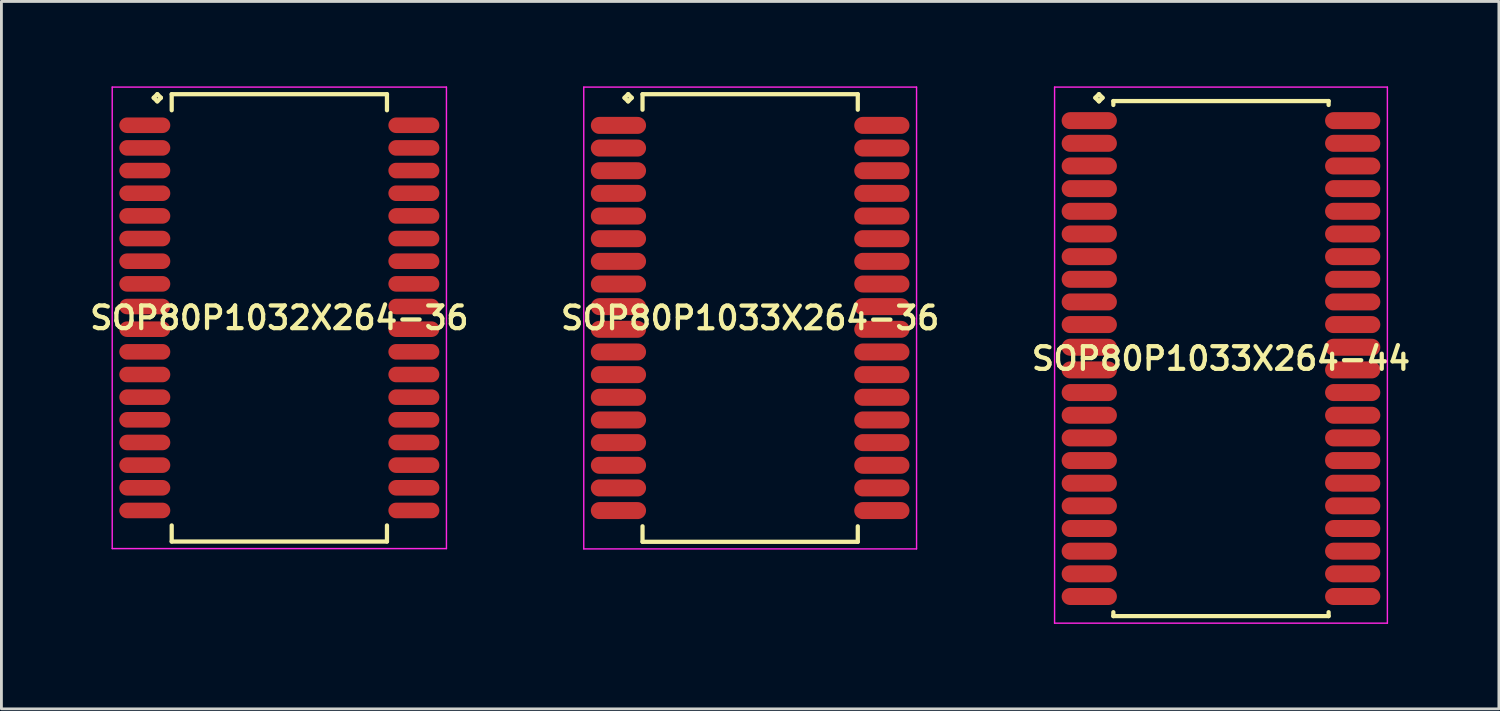
<source format=kicad_pcb>
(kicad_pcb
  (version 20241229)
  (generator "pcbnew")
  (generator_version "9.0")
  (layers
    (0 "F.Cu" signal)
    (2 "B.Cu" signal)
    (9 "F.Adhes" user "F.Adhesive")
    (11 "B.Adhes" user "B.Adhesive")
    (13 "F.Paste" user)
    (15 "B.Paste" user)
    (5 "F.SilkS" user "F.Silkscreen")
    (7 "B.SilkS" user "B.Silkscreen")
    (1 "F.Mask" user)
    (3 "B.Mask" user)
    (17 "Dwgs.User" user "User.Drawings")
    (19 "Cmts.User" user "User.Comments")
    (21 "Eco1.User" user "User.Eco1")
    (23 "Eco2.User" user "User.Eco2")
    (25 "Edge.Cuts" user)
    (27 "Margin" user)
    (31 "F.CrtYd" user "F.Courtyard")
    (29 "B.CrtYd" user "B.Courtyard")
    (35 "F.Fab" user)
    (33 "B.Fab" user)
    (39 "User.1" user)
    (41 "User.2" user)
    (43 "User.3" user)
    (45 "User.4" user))
  (footprint "SOP80P1033X264-44"
    (layer "F.Cu")
    (at 40.058 9.61)
    (property "Reference" "SOP80P1033X264-44" (at 0 0 0) (layer "F.SilkS") (effects (font (size 0.8 0.8) (thickness 0.15))))
    (attr smd)
    (fp_line (start -4.435 -9.208) (end -4.308 -9.335) (stroke (width 0.15) (type solid)) (layer "F.SilkS"))
    (fp_line (start -4.308 -9.335) (end -4.181 -9.208) (stroke (width 0.15) (type solid)) (layer "F.SilkS"))
    (fp_line (start -4.308 -9.081) (end -4.435 -9.208) (stroke (width 0.15) (type solid)) (layer "F.SilkS"))
    (fp_line (start -4.181 -9.208) (end -4.308 -9.081) (stroke (width 0.15) (type solid)) (layer "F.SilkS"))
    (fp_line (start -3.8 -9.092) (end 3.8 -9.092) (stroke (width 0.15) (type solid)) (layer "F.SilkS"))
    (fp_line (start -3.8 -8.954) (end -3.8 -9.092) (stroke (width 0.15) (type solid)) (layer "F.SilkS"))
    (fp_line (start -3.8 8.954) (end -3.8 9.092) (stroke (width 0.15) (type solid)) (layer "F.SilkS"))
    (fp_line (start -3.8 9.092) (end 3.8 9.092) (stroke (width 0.15) (type solid)) (layer "F.SilkS"))
    (fp_line (start 3.8 -9.092) (end 3.8 -8.954) (stroke (width 0.15) (type solid)) (layer "F.SilkS"))
    (fp_line (start 3.8 9.092) (end 3.8 8.954) (stroke (width 0.15) (type solid)) (layer "F.SilkS"))
    (fp_line (start -5.875 -9.585) (end 5.875 -9.585) (stroke (width 0.05) (type solid)) (layer "F.CrtYd"))
    (fp_line (start -5.875 9.342) (end -5.875 -9.585) (stroke (width 0.05) (type solid)) (layer "F.CrtYd"))
    (fp_line (start 5.875 -9.585) (end 5.875 9.342) (stroke (width 0.05) (type solid)) (layer "F.CrtYd"))
    (fp_line (start 5.875 9.342) (end -5.875 9.342) (stroke (width 0.05) (type solid)) (layer "F.CrtYd"))
    (pad "1" smd oval (at -4.65 -8.4) (size 1.95 0.6) (layers "F.Cu" "F.Mask" "F.Paste"))
    (pad "2" smd oval (at -4.65 -7.6) (size 1.95 0.6) (layers "F.Cu" "F.Mask" "F.Paste"))
    (pad "3" smd oval (at -4.65 -6.8) (size 1.95 0.6) (layers "F.Cu" "F.Mask" "F.Paste"))
    (pad "4" smd oval (at -4.65 -6) (size 1.95 0.6) (layers "F.Cu" "F.Mask" "F.Paste"))
    (pad "5" smd oval (at -4.65 -5.2) (size 1.95 0.6) (layers "F.Cu" "F.Mask" "F.Paste"))
    (pad "6" smd oval (at -4.65 -4.4) (size 1.95 0.6) (layers "F.Cu" "F.Mask" "F.Paste"))
    (pad "7" smd oval (at -4.65 -3.6) (size 1.95 0.6) (layers "F.Cu" "F.Mask" "F.Paste"))
    (pad "8" smd oval (at -4.65 -2.8) (size 1.95 0.6) (layers "F.Cu" "F.Mask" "F.Paste"))
    (pad "9" smd oval (at -4.65 -2) (size 1.95 0.6) (layers "F.Cu" "F.Mask" "F.Paste"))
    (pad "10" smd oval (at -4.65 -1.2) (size 1.95 0.6) (layers "F.Cu" "F.Mask" "F.Paste"))
    (pad "11" smd oval (at -4.65 -0.4) (size 1.95 0.6) (layers "F.Cu" "F.Mask" "F.Paste"))
    (pad "12" smd oval (at -4.65 0.4) (size 1.95 0.6) (layers "F.Cu" "F.Mask" "F.Paste"))
    (pad "13" smd oval (at -4.65 1.2) (size 1.95 0.6) (layers "F.Cu" "F.Mask" "F.Paste"))
    (pad "14" smd oval (at -4.65 2) (size 1.95 0.6) (layers "F.Cu" "F.Mask" "F.Paste"))
    (pad "15" smd oval (at -4.65 2.8) (size 1.95 0.6) (layers "F.Cu" "F.Mask" "F.Paste"))
    (pad "16" smd oval (at -4.65 3.6) (size 1.95 0.6) (layers "F.Cu" "F.Mask" "F.Paste"))
    (pad "17" smd oval (at -4.65 4.4) (size 1.95 0.6) (layers "F.Cu" "F.Mask" "F.Paste"))
    (pad "18" smd oval (at -4.65 5.2) (size 1.95 0.6) (layers "F.Cu" "F.Mask" "F.Paste"))
    (pad "19" smd oval (at -4.65 6) (size 1.95 0.6) (layers "F.Cu" "F.Mask" "F.Paste"))
    (pad "20" smd oval (at -4.65 6.8) (size 1.95 0.6) (layers "F.Cu" "F.Mask" "F.Paste"))
    (pad "21" smd oval (at -4.65 7.6) (size 1.95 0.6) (layers "F.Cu" "F.Mask" "F.Paste"))
    (pad "22" smd oval (at -4.65 8.4) (size 1.95 0.6) (layers "F.Cu" "F.Mask" "F.Paste"))
    (pad "23" smd oval (at 4.65 8.4) (size 1.95 0.6) (layers "F.Cu" "F.Mask" "F.Paste"))
    (pad "24" smd oval (at 4.65 7.6) (size 1.95 0.6) (layers "F.Cu" "F.Mask" "F.Paste"))
    (pad "25" smd oval (at 4.65 6.8) (size 1.95 0.6) (layers "F.Cu" "F.Mask" "F.Paste"))
    (pad "26" smd oval (at 4.65 6) (size 1.95 0.6) (layers "F.Cu" "F.Mask" "F.Paste"))
    (pad "27" smd oval (at 4.65 5.2) (size 1.95 0.6) (layers "F.Cu" "F.Mask" "F.Paste"))
    (pad "28" smd oval (at 4.65 4.4) (size 1.95 0.6) (layers "F.Cu" "F.Mask" "F.Paste"))
    (pad "29" smd oval (at 4.65 3.6) (size 1.95 0.6) (layers "F.Cu" "F.Mask" "F.Paste"))
    (pad "30" smd oval (at 4.65 2.8) (size 1.95 0.6) (layers "F.Cu" "F.Mask" "F.Paste"))
    (pad "31" smd oval (at 4.65 2) (size 1.95 0.6) (layers "F.Cu" "F.Mask" "F.Paste"))
    (pad "32" smd oval (at 4.65 1.2) (size 1.95 0.6) (layers "F.Cu" "F.Mask" "F.Paste"))
    (pad "33" smd oval (at 4.65 0.4) (size 1.95 0.6) (layers "F.Cu" "F.Mask" "F.Paste"))
    (pad "34" smd oval (at 4.65 -0.4) (size 1.95 0.6) (layers "F.Cu" "F.Mask" "F.Paste"))
    (pad "35" smd oval (at 4.65 -1.2) (size 1.95 0.6) (layers "F.Cu" "F.Mask" "F.Paste"))
    (pad "36" smd oval (at 4.65 -2) (size 1.95 0.6) (layers "F.Cu" "F.Mask" "F.Paste"))
    (pad "37" smd oval (at 4.65 -2.8) (size 1.95 0.6) (layers "F.Cu" "F.Mask" "F.Paste"))
    (pad "38" smd oval (at 4.65 -3.6) (size 1.95 0.6) (layers "F.Cu" "F.Mask" "F.Paste"))
    (pad "39" smd oval (at 4.65 -4.4) (size 1.95 0.6) (layers "F.Cu" "F.Mask" "F.Paste"))
    (pad "40" smd oval (at 4.65 -5.2) (size 1.95 0.6) (layers "F.Cu" "F.Mask" "F.Paste"))
    (pad "41" smd oval (at 4.65 -6) (size 1.95 0.6) (layers "F.Cu" "F.Mask" "F.Paste"))
    (pad "42" smd oval (at 4.65 -6.8) (size 1.95 0.6) (layers "F.Cu" "F.Mask" "F.Paste"))
    (pad "43" smd oval (at 4.65 -7.6) (size 1.95 0.6) (layers "F.Cu" "F.Mask" "F.Paste"))
    (pad "44" smd oval (at 4.65 -8.4) (size 1.95 0.6) (layers "F.Cu" "F.Mask" "F.Paste")))
  (footprint "SOP80P1033X264-36"
    (layer "F.Cu")
    (at 23.435 8.177)
    (property "Reference" "SOP80P1033X264-36" (at 0 0 0) (layer "F.SilkS") (effects (font (size 0.8 0.8) (thickness 0.15))))
    (attr smd)
    (fp_line (start -4.435 -7.775) (end -4.308 -7.902) (stroke (width 0.15) (type solid)) (layer "F.SilkS"))
    (fp_line (start -4.308 -7.902) (end -4.181 -7.775) (stroke (width 0.15) (type solid)) (layer "F.SilkS"))
    (fp_line (start -4.308 -7.648) (end -4.435 -7.775) (stroke (width 0.15) (type solid)) (layer "F.SilkS"))
    (fp_line (start -4.181 -7.775) (end -4.308 -7.648) (stroke (width 0.15) (type solid)) (layer "F.SilkS"))
    (fp_line (start -3.8 -7.902) (end 3.8 -7.902) (stroke (width 0.15) (type solid)) (layer "F.SilkS"))
    (fp_line (start -3.8 -7.354) (end -3.8 -7.902) (stroke (width 0.15) (type solid)) (layer "F.SilkS"))
    (fp_line (start -3.8 7.354) (end -3.8 7.902) (stroke (width 0.15) (type solid)) (layer "F.SilkS"))
    (fp_line (start -3.8 7.902) (end 3.8 7.902) (stroke (width 0.15) (type solid)) (layer "F.SilkS"))
    (fp_line (start 3.8 -7.902) (end 3.8 -7.354) (stroke (width 0.15) (type solid)) (layer "F.SilkS"))
    (fp_line (start 3.8 7.902) (end 3.8 7.354) (stroke (width 0.15) (type solid)) (layer "F.SilkS"))
    (fp_line (start -5.875 -8.152) (end 5.875 -8.152) (stroke (width 0.05) (type solid)) (layer "F.CrtYd"))
    (fp_line (start -5.875 8.152) (end -5.875 -8.152) (stroke (width 0.05) (type solid)) (layer "F.CrtYd"))
    (fp_line (start 5.875 -8.152) (end 5.875 8.152) (stroke (width 0.05) (type solid)) (layer "F.CrtYd"))
    (fp_line (start 5.875 8.152) (end -5.875 8.152) (stroke (width 0.05) (type solid)) (layer "F.CrtYd"))
    (pad "1" smd oval (at -4.65 -6.8) (size 1.95 0.6) (layers "F.Cu" "F.Mask" "F.Paste"))
    (pad "2" smd oval (at -4.65 -6) (size 1.95 0.6) (layers "F.Cu" "F.Mask" "F.Paste"))
    (pad "3" smd oval (at -4.65 -5.2) (size 1.95 0.6) (layers "F.Cu" "F.Mask" "F.Paste"))
    (pad "4" smd oval (at -4.65 -4.4) (size 1.95 0.6) (layers "F.Cu" "F.Mask" "F.Paste"))
    (pad "5" smd oval (at -4.65 -3.6) (size 1.95 0.6) (layers "F.Cu" "F.Mask" "F.Paste"))
    (pad "6" smd oval (at -4.65 -2.8) (size 1.95 0.6) (layers "F.Cu" "F.Mask" "F.Paste"))
    (pad "7" smd oval (at -4.65 -2) (size 1.95 0.6) (layers "F.Cu" "F.Mask" "F.Paste"))
    (pad "8" smd oval (at -4.65 -1.2) (size 1.95 0.6) (layers "F.Cu" "F.Mask" "F.Paste"))
    (pad "9" smd oval (at -4.65 -0.4) (size 1.95 0.6) (layers "F.Cu" "F.Mask" "F.Paste"))
    (pad "10" smd oval (at -4.65 0.4) (size 1.95 0.6) (layers "F.Cu" "F.Mask" "F.Paste"))
    (pad "11" smd oval (at -4.65 1.2) (size 1.95 0.6) (layers "F.Cu" "F.Mask" "F.Paste"))
    (pad "12" smd oval (at -4.65 2) (size 1.95 0.6) (layers "F.Cu" "F.Mask" "F.Paste"))
    (pad "13" smd oval (at -4.65 2.8) (size 1.95 0.6) (layers "F.Cu" "F.Mask" "F.Paste"))
    (pad "14" smd oval (at -4.65 3.6) (size 1.95 0.6) (layers "F.Cu" "F.Mask" "F.Paste"))
    (pad "15" smd oval (at -4.65 4.4) (size 1.95 0.6) (layers "F.Cu" "F.Mask" "F.Paste"))
    (pad "16" smd oval (at -4.65 5.2) (size 1.95 0.6) (layers "F.Cu" "F.Mask" "F.Paste"))
    (pad "17" smd oval (at -4.65 6) (size 1.95 0.6) (layers "F.Cu" "F.Mask" "F.Paste"))
    (pad "18" smd oval (at -4.65 6.8) (size 1.95 0.6) (layers "F.Cu" "F.Mask" "F.Paste"))
    (pad "19" smd oval (at 4.65 6.8) (size 1.95 0.6) (layers "F.Cu" "F.Mask" "F.Paste"))
    (pad "20" smd oval (at 4.65 6) (size 1.95 0.6) (layers "F.Cu" "F.Mask" "F.Paste"))
    (pad "21" smd oval (at 4.65 5.2) (size 1.95 0.6) (layers "F.Cu" "F.Mask" "F.Paste"))
    (pad "22" smd oval (at 4.65 4.4) (size 1.95 0.6) (layers "F.Cu" "F.Mask" "F.Paste"))
    (pad "23" smd oval (at 4.65 3.6) (size 1.95 0.6) (layers "F.Cu" "F.Mask" "F.Paste"))
    (pad "24" smd oval (at 4.65 2.8) (size 1.95 0.6) (layers "F.Cu" "F.Mask" "F.Paste"))
    (pad "25" smd oval (at 4.65 2) (size 1.95 0.6) (layers "F.Cu" "F.Mask" "F.Paste"))
    (pad "26" smd oval (at 4.65 1.2) (size 1.95 0.6) (layers "F.Cu" "F.Mask" "F.Paste"))
    (pad "27" smd oval (at 4.65 0.4) (size 1.95 0.6) (layers "F.Cu" "F.Mask" "F.Paste"))
    (pad "28" smd oval (at 4.65 -0.4) (size 1.95 0.6) (layers "F.Cu" "F.Mask" "F.Paste"))
    (pad "29" smd oval (at 4.65 -1.2) (size 1.95 0.6) (layers "F.Cu" "F.Mask" "F.Paste"))
    (pad "30" smd oval (at 4.65 -2) (size 1.95 0.6) (layers "F.Cu" "F.Mask" "F.Paste"))
    (pad "31" smd oval (at 4.65 -2.8) (size 1.95 0.6) (layers "F.Cu" "F.Mask" "F.Paste"))
    (pad "32" smd oval (at 4.65 -3.6) (size 1.95 0.6) (layers "F.Cu" "F.Mask" "F.Paste"))
    (pad "33" smd oval (at 4.65 -4.4) (size 1.95 0.6) (layers "F.Cu" "F.Mask" "F.Paste"))
    (pad "34" smd oval (at 4.65 -5.2) (size 1.95 0.6) (layers "F.Cu" "F.Mask" "F.Paste"))
    (pad "35" smd oval (at 4.65 -6) (size 1.95 0.6) (layers "F.Cu" "F.Mask" "F.Paste"))
    (pad "36" smd oval (at 4.65 -6.8) (size 1.95 0.6) (layers "F.Cu" "F.Mask" "F.Paste")))
  (footprint "SOP80P1032X264-36"
    (layer "F.Cu")
    (at 6.812 8.172)
    (property "Reference" "SOP80P1032X264-36" (at 0 0 0) (layer "F.SilkS") (effects (font (size 0.8 0.8) (thickness 0.15))))
    (attr smd)
    (fp_line (start -4.435 -7.77) (end -4.308 -7.897) (stroke (width 0.15) (type solid)) (layer "F.SilkS"))
    (fp_line (start -4.308 -7.897) (end -4.181 -7.77) (stroke (width 0.15) (type solid)) (layer "F.SilkS"))
    (fp_line (start -4.308 -7.643) (end -4.435 -7.77) (stroke (width 0.15) (type solid)) (layer "F.SilkS"))
    (fp_line (start -4.181 -7.77) (end -4.308 -7.643) (stroke (width 0.15) (type solid)) (layer "F.SilkS"))
    (fp_line (start -3.8 -7.897) (end 3.8 -7.897) (stroke (width 0.15) (type solid)) (layer "F.SilkS"))
    (fp_line (start -3.8 -7.329) (end -3.8 -7.897) (stroke (width 0.15) (type solid)) (layer "F.SilkS"))
    (fp_line (start -3.8 7.329) (end -3.8 7.897) (stroke (width 0.15) (type solid)) (layer "F.SilkS"))
    (fp_line (start -3.8 7.897) (end 3.8 7.897) (stroke (width 0.15) (type solid)) (layer "F.SilkS"))
    (fp_line (start 3.8 -7.897) (end 3.8 -7.329) (stroke (width 0.15) (type solid)) (layer "F.SilkS"))
    (fp_line (start 3.8 7.897) (end 3.8 7.329) (stroke (width 0.15) (type solid)) (layer "F.SilkS"))
    (fp_line (start -5.9 -8.147) (end 5.9 -8.147) (stroke (width 0.05) (type solid)) (layer "F.CrtYd"))
    (fp_line (start -5.9 8.147) (end -5.9 -8.147) (stroke (width 0.05) (type solid)) (layer "F.CrtYd"))
    (fp_line (start 5.9 -8.147) (end 5.9 8.147) (stroke (width 0.05) (type solid)) (layer "F.CrtYd"))
    (fp_line (start 5.9 8.147) (end -5.9 8.147) (stroke (width 0.05) (type solid)) (layer "F.CrtYd"))
    (pad "1" smd oval (at -4.75 -6.8) (size 1.8 0.55) (layers "F.Cu" "F.Mask" "F.Paste"))
    (pad "2" smd oval (at -4.75 -6) (size 1.8 0.55) (layers "F.Cu" "F.Mask" "F.Paste"))
    (pad "3" smd oval (at -4.75 -5.2) (size 1.8 0.55) (layers "F.Cu" "F.Mask" "F.Paste"))
    (pad "4" smd oval (at -4.75 -4.4) (size 1.8 0.55) (layers "F.Cu" "F.Mask" "F.Paste"))
    (pad "5" smd oval (at -4.75 -3.6) (size 1.8 0.55) (layers "F.Cu" "F.Mask" "F.Paste"))
    (pad "6" smd oval (at -4.75 -2.8) (size 1.8 0.55) (layers "F.Cu" "F.Mask" "F.Paste"))
    (pad "7" smd oval (at -4.75 -2) (size 1.8 0.55) (layers "F.Cu" "F.Mask" "F.Paste"))
    (pad "8" smd oval (at -4.75 -1.2) (size 1.8 0.55) (layers "F.Cu" "F.Mask" "F.Paste"))
    (pad "9" smd oval (at -4.75 -0.4) (size 1.8 0.55) (layers "F.Cu" "F.Mask" "F.Paste"))
    (pad "10" smd oval (at -4.75 0.4) (size 1.8 0.55) (layers "F.Cu" "F.Mask" "F.Paste"))
    (pad "11" smd oval (at -4.75 1.2) (size 1.8 0.55) (layers "F.Cu" "F.Mask" "F.Paste"))
    (pad "12" smd oval (at -4.75 2) (size 1.8 0.55) (layers "F.Cu" "F.Mask" "F.Paste"))
    (pad "13" smd oval (at -4.75 2.8) (size 1.8 0.55) (layers "F.Cu" "F.Mask" "F.Paste"))
    (pad "14" smd oval (at -4.75 3.6) (size 1.8 0.55) (layers "F.Cu" "F.Mask" "F.Paste"))
    (pad "15" smd oval (at -4.75 4.4) (size 1.8 0.55) (layers "F.Cu" "F.Mask" "F.Paste"))
    (pad "16" smd oval (at -4.75 5.2) (size 1.8 0.55) (layers "F.Cu" "F.Mask" "F.Paste"))
    (pad "17" smd oval (at -4.75 6) (size 1.8 0.55) (layers "F.Cu" "F.Mask" "F.Paste"))
    (pad "18" smd oval (at -4.75 6.8) (size 1.8 0.55) (layers "F.Cu" "F.Mask" "F.Paste"))
    (pad "19" smd oval (at 4.75 6.8) (size 1.8 0.55) (layers "F.Cu" "F.Mask" "F.Paste"))
    (pad "20" smd oval (at 4.75 6) (size 1.8 0.55) (layers "F.Cu" "F.Mask" "F.Paste"))
    (pad "21" smd oval (at 4.75 5.2) (size 1.8 0.55) (layers "F.Cu" "F.Mask" "F.Paste"))
    (pad "22" smd oval (at 4.75 4.4) (size 1.8 0.55) (layers "F.Cu" "F.Mask" "F.Paste"))
    (pad "23" smd oval (at 4.75 3.6) (size 1.8 0.55) (layers "F.Cu" "F.Mask" "F.Paste"))
    (pad "24" smd oval (at 4.75 2.8) (size 1.8 0.55) (layers "F.Cu" "F.Mask" "F.Paste"))
    (pad "25" smd oval (at 4.75 2) (size 1.8 0.55) (layers "F.Cu" "F.Mask" "F.Paste"))
    (pad "26" smd oval (at 4.75 1.2) (size 1.8 0.55) (layers "F.Cu" "F.Mask" "F.Paste"))
    (pad "27" smd oval (at 4.75 0.4) (size 1.8 0.55) (layers "F.Cu" "F.Mask" "F.Paste"))
    (pad "28" smd oval (at 4.75 -0.4) (size 1.8 0.55) (layers "F.Cu" "F.Mask" "F.Paste"))
    (pad "29" smd oval (at 4.75 -1.2) (size 1.8 0.55) (layers "F.Cu" "F.Mask" "F.Paste"))
    (pad "30" smd oval (at 4.75 -2) (size 1.8 0.55) (layers "F.Cu" "F.Mask" "F.Paste"))
    (pad "31" smd oval (at 4.75 -2.8) (size 1.8 0.55) (layers "F.Cu" "F.Mask" "F.Paste"))
    (pad "32" smd oval (at 4.75 -3.6) (size 1.8 0.55) (layers "F.Cu" "F.Mask" "F.Paste"))
    (pad "33" smd oval (at 4.75 -4.4) (size 1.8 0.55) (layers "F.Cu" "F.Mask" "F.Paste"))
    (pad "34" smd oval (at 4.75 -5.2) (size 1.8 0.55) (layers "F.Cu" "F.Mask" "F.Paste"))
    (pad "35" smd oval (at 4.75 -6) (size 1.8 0.55) (layers "F.Cu" "F.Mask" "F.Paste"))
    (pad "36" smd oval (at 4.75 -6.8) (size 1.8 0.55) (layers "F.Cu" "F.Mask" "F.Paste")))
  (gr_rect
    (start -3 -3)
    (end 49.87 21.977)
    (stroke (width 0.1) (type default))
    (fill no)
    (layer "Edge.Cuts")))
</source>
